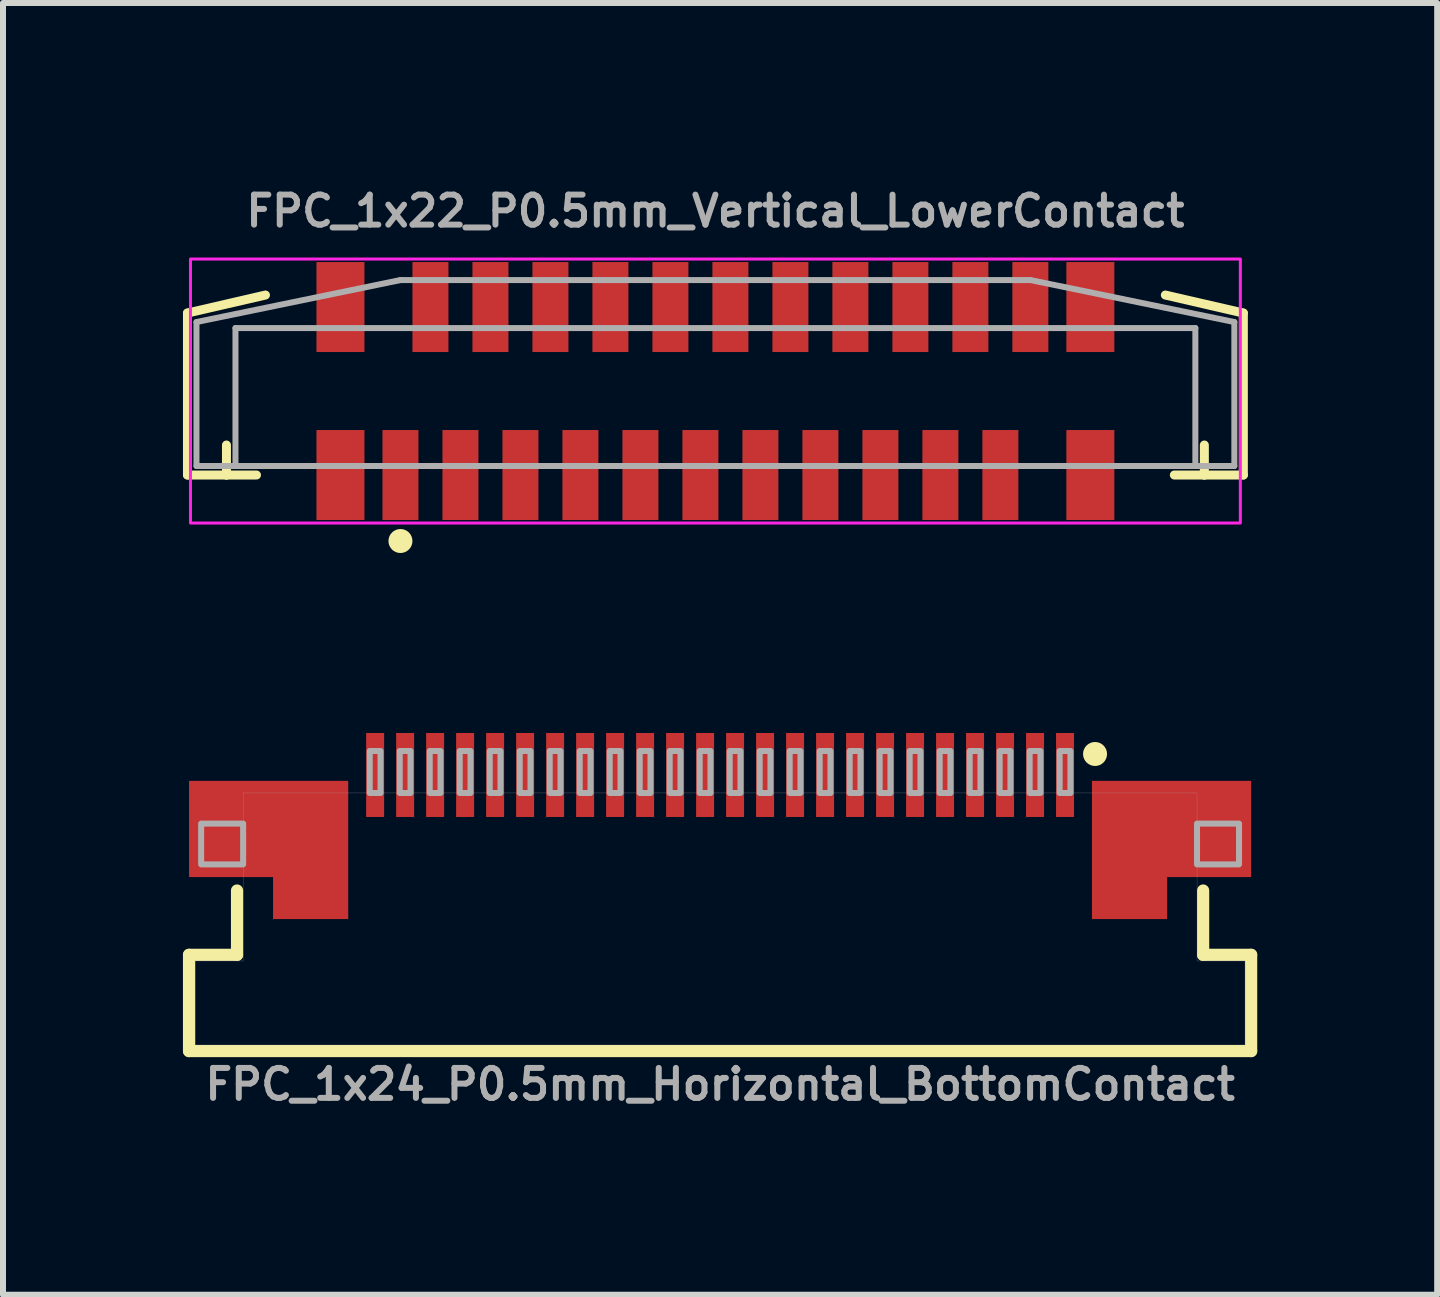
<source format=kicad_pcb>
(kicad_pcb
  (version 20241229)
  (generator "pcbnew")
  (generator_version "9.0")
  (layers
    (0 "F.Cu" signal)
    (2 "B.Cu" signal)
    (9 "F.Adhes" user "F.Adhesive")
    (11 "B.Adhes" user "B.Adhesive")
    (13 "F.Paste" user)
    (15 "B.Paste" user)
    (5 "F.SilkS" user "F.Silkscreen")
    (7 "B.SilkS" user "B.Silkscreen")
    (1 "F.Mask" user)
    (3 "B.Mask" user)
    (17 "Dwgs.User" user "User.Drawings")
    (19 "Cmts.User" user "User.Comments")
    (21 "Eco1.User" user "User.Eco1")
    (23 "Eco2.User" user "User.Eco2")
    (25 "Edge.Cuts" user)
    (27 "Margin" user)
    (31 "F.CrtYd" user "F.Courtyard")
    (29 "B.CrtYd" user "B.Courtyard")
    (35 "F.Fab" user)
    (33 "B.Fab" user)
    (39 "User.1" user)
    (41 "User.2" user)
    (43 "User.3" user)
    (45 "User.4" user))
  (footprint "FPC_1x24_P0.5mm_Horizontal_BottomContact"
    (layer "F.Cu")
    (at 8.953 12.268)
    (property "Reference" "FPC_1x24_P0.5mm_Horizontal_BottomContact" (at 0.001 2.464 0) (unlocked yes) (layer "F.Fab") (effects (font (size 0.5 0.5) (thickness 0.1)) (justify top)))
    (attr smd)
    (fp_line (start -8.852 0.598) (end -8.852 2.202) (stroke (width 0.203) (type solid)) (layer "F.SilkS"))
    (fp_line (start -8.852 2.202) (end 8.852 2.202) (stroke (width 0.203) (type solid)) (layer "F.SilkS"))
    (fp_line (start -8.052 -0.474) (end -8.052 0.598) (stroke (width 0.203) (type solid)) (layer "F.SilkS"))
    (fp_line (start -8.052 0.598) (end -8.852 0.598) (stroke (width 0.203) (type solid)) (layer "F.SilkS"))
    (fp_line (start 8.052 -0.474) (end 8.052 0.598) (stroke (width 0.203) (type solid)) (layer "F.SilkS"))
    (fp_line (start 8.052 0.598) (end 8.852 0.598) (stroke (width 0.203) (type solid)) (layer "F.SilkS"))
    (fp_line (start 8.852 0.598) (end 8.852 2.202) (stroke (width 0.203) (type solid)) (layer "F.SilkS"))
    (fp_circle (center 6.25 -2.75) (end 6.15 -2.75) (stroke (width 0.2) (type solid)) (fill yes) (layer "F.SilkS"))
    (fp_line (start -8.75 0.7) (end -8.75 2.1) (stroke (width 0.003) (type solid)) (layer "F.Fab"))
    (fp_line (start -8.75 2.1) (end 8.75 2.1) (stroke (width 0.003) (type solid)) (layer "F.Fab"))
    (fp_line (start -7.95 -2.1) (end -7.95 0.7) (stroke (width 0.003) (type solid)) (layer "F.Fab"))
    (fp_line (start -7.95 0.7) (end -8.75 0.7) (stroke (width 0.003) (type solid)) (layer "F.Fab"))
    (fp_line (start 7.95 -2.1) (end -7.95 -2.1) (stroke (width 0.003) (type solid)) (layer "F.Fab"))
    (fp_line (start 7.95 0.7) (end 7.95 -2.1) (stroke (width 0.003) (type solid)) (layer "F.Fab"))
    (fp_line (start 8.75 0.7) (end 7.95 0.7) (stroke (width 0.003) (type solid)) (layer "F.Fab"))
    (fp_line (start 8.75 2.1) (end 8.75 0.7) (stroke (width 0.003) (type solid)) (layer "F.Fab"))
    (fp_poly (pts (xy -8.65 -0.91) (xy -7.95 -0.91) (xy -7.95 -1.59) (xy -8.65 -1.59)) (stroke (width 0.1) (type default)) (fill no) (layer "F.Fab"))
    (fp_poly (pts (xy -5.84 -2.1) (xy -5.66 -2.1) (xy -5.66 -2.8) (xy -5.84 -2.8)) (stroke (width 0.1) (type default)) (fill no) (layer "F.Fab"))
    (fp_poly (pts (xy -5.34 -2.1) (xy -5.16 -2.1) (xy -5.16 -2.8) (xy -5.34 -2.8)) (stroke (width 0.1) (type default)) (fill no) (layer "F.Fab"))
    (fp_poly (pts (xy -4.84 -2.1) (xy -4.66 -2.1) (xy -4.66 -2.8) (xy -4.84 -2.8)) (stroke (width 0.1) (type default)) (fill no) (layer "F.Fab"))
    (fp_poly (pts (xy -4.34 -2.1) (xy -4.16 -2.1) (xy -4.16 -2.8) (xy -4.34 -2.8)) (stroke (width 0.1) (type default)) (fill no) (layer "F.Fab"))
    (fp_poly (pts (xy -3.84 -2.1) (xy -3.66 -2.1) (xy -3.66 -2.8) (xy -3.84 -2.8)) (stroke (width 0.1) (type default)) (fill no) (layer "F.Fab"))
    (fp_poly (pts (xy -3.34 -2.1) (xy -3.16 -2.1) (xy -3.16 -2.8) (xy -3.34 -2.8)) (stroke (width 0.1) (type default)) (fill no) (layer "F.Fab"))
    (fp_poly (pts (xy -2.84 -2.1) (xy -2.66 -2.1) (xy -2.66 -2.8) (xy -2.84 -2.8)) (stroke (width 0.1) (type default)) (fill no) (layer "F.Fab"))
    (fp_poly (pts (xy -2.34 -2.1) (xy -2.16 -2.1) (xy -2.16 -2.8) (xy -2.34 -2.8)) (stroke (width 0.1) (type default)) (fill no) (layer "F.Fab"))
    (fp_poly (pts (xy -1.84 -2.1) (xy -1.66 -2.1) (xy -1.66 -2.8) (xy -1.84 -2.8)) (stroke (width 0.1) (type default)) (fill no) (layer "F.Fab"))
    (fp_poly (pts (xy -1.34 -2.1) (xy -1.16 -2.1) (xy -1.16 -2.8) (xy -1.34 -2.8)) (stroke (width 0.1) (type default)) (fill no) (layer "F.Fab"))
    (fp_poly (pts (xy -0.84 -2.1) (xy -0.66 -2.1) (xy -0.66 -2.8) (xy -0.84 -2.8)) (stroke (width 0.1) (type default)) (fill no) (layer "F.Fab"))
    (fp_poly (pts (xy -0.34 -2.1) (xy -0.16 -2.1) (xy -0.16 -2.8) (xy -0.34 -2.8)) (stroke (width 0.1) (type default)) (fill no) (layer "F.Fab"))
    (fp_poly (pts (xy 0.16 -2.1) (xy 0.34 -2.1) (xy 0.34 -2.8) (xy 0.16 -2.8)) (stroke (width 0.1) (type default)) (fill no) (layer "F.Fab"))
    (fp_poly (pts (xy 0.66 -2.1) (xy 0.84 -2.1) (xy 0.84 -2.8) (xy 0.66 -2.8)) (stroke (width 0.1) (type default)) (fill no) (layer "F.Fab"))
    (fp_poly (pts (xy 1.16 -2.1) (xy 1.34 -2.1) (xy 1.34 -2.8) (xy 1.16 -2.8)) (stroke (width 0.1) (type default)) (fill no) (layer "F.Fab"))
    (fp_poly (pts (xy 1.66 -2.1) (xy 1.84 -2.1) (xy 1.84 -2.8) (xy 1.66 -2.8)) (stroke (width 0.1) (type default)) (fill no) (layer "F.Fab"))
    (fp_poly (pts (xy 2.16 -2.1) (xy 2.34 -2.1) (xy 2.34 -2.8) (xy 2.16 -2.8)) (stroke (width 0.1) (type default)) (fill no) (layer "F.Fab"))
    (fp_poly (pts (xy 2.66 -2.1) (xy 2.84 -2.1) (xy 2.84 -2.8) (xy 2.66 -2.8)) (stroke (width 0.1) (type default)) (fill no) (layer "F.Fab"))
    (fp_poly (pts (xy 3.16 -2.1) (xy 3.34 -2.1) (xy 3.34 -2.8) (xy 3.16 -2.8)) (stroke (width 0.1) (type default)) (fill no) (layer "F.Fab"))
    (fp_poly (pts (xy 3.66 -2.1) (xy 3.84 -2.1) (xy 3.84 -2.8) (xy 3.66 -2.8)) (stroke (width 0.1) (type default)) (fill no) (layer "F.Fab"))
    (fp_poly (pts (xy 4.16 -2.1) (xy 4.34 -2.1) (xy 4.34 -2.8) (xy 4.16 -2.8)) (stroke (width 0.1) (type default)) (fill no) (layer "F.Fab"))
    (fp_poly (pts (xy 4.66 -2.1) (xy 4.84 -2.1) (xy 4.84 -2.8) (xy 4.66 -2.8)) (stroke (width 0.1) (type default)) (fill no) (layer "F.Fab"))
    (fp_poly (pts (xy 5.16 -2.1) (xy 5.34 -2.1) (xy 5.34 -2.8) (xy 5.16 -2.8)) (stroke (width 0.1) (type default)) (fill no) (layer "F.Fab"))
    (fp_poly (pts (xy 5.66 -2.1) (xy 5.84 -2.1) (xy 5.84 -2.8) (xy 5.66 -2.8)) (stroke (width 0.1) (type default)) (fill no) (layer "F.Fab"))
    (fp_poly (pts (xy 7.95 -0.91) (xy 8.65 -0.91) (xy 8.65 -1.59) (xy 7.95 -1.59)) (stroke (width 0.1) (type default)) (fill no) (layer "F.Fab"))
    (pad "1" smd rect (at 5.75 -2.4) (size 0.3 1.4) (layers "F.Cu" "F.Mask" "F.Paste"))
    (pad "2" smd rect (at 5.25 -2.4) (size 0.3 1.4) (layers "F.Cu" "F.Mask" "F.Paste"))
    (pad "3" smd rect (at 4.75 -2.4) (size 0.3 1.4) (layers "F.Cu" "F.Mask" "F.Paste"))
    (pad "4" smd rect (at 4.25 -2.4) (size 0.3 1.4) (layers "F.Cu" "F.Mask" "F.Paste"))
    (pad "5" smd rect (at 3.75 -2.4) (size 0.3 1.4) (layers "F.Cu" "F.Mask" "F.Paste"))
    (pad "6" smd rect (at 3.25 -2.4) (size 0.3 1.4) (layers "F.Cu" "F.Mask" "F.Paste"))
    (pad "7" smd rect (at 2.75 -2.4) (size 0.3 1.4) (layers "F.Cu" "F.Mask" "F.Paste"))
    (pad "8" smd rect (at 2.25 -2.4) (size 0.3 1.4) (layers "F.Cu" "F.Mask" "F.Paste"))
    (pad "9" smd rect (at 1.75 -2.4) (size 0.3 1.4) (layers "F.Cu" "F.Mask" "F.Paste"))
    (pad "10" smd rect (at 1.25 -2.4) (size 0.3 1.4) (layers "F.Cu" "F.Mask" "F.Paste"))
    (pad "11" smd rect (at 0.75 -2.4) (size 0.3 1.4) (layers "F.Cu" "F.Mask" "F.Paste"))
    (pad "12" smd rect (at 0.25 -2.4) (size 0.3 1.4) (layers "F.Cu" "F.Mask" "F.Paste"))
    (pad "13" smd rect (at -0.25 -2.4) (size 0.3 1.4) (layers "F.Cu" "F.Mask" "F.Paste"))
    (pad "14" smd rect (at -0.75 -2.4) (size 0.3 1.4) (layers "F.Cu" "F.Mask" "F.Paste"))
    (pad "15" smd rect (at -1.25 -2.4) (size 0.3 1.4) (layers "F.Cu" "F.Mask" "F.Paste"))
    (pad "16" smd rect (at -1.75 -2.4) (size 0.3 1.4) (layers "F.Cu" "F.Mask" "F.Paste"))
    (pad "17" smd rect (at -2.25 -2.4) (size 0.3 1.4) (layers "F.Cu" "F.Mask" "F.Paste"))
    (pad "18" smd rect (at -2.75 -2.4) (size 0.3 1.4) (layers "F.Cu" "F.Mask" "F.Paste"))
    (pad "19" smd rect (at -3.25 -2.4) (size 0.3 1.4) (layers "F.Cu" "F.Mask" "F.Paste"))
    (pad "20" smd rect (at -3.75 -2.4) (size 0.3 1.4) (layers "F.Cu" "F.Mask" "F.Paste"))
    (pad "21" smd rect (at -4.25 -2.4) (size 0.3 1.4) (layers "F.Cu" "F.Mask" "F.Paste"))
    (pad "22" smd rect (at -4.75 -2.4) (size 0.3 1.4) (layers "F.Cu" "F.Mask" "F.Paste"))
    (pad "23" smd rect (at -5.25 -2.4) (size 0.3 1.4) (layers "F.Cu" "F.Mask" "F.Paste"))
    (pad "24" smd rect (at -5.75 -2.4) (size 0.3 1.4) (layers "F.Cu" "F.Mask" "F.Paste"))
    (pad "MNT1" smd custom (at -6.825 -1.15) (size 1.25 2.3) (layers "F.Cu" "F.Mask" "F.Paste") (options (anchor rect)) (primitives (gr_poly (pts (xy 0.625 -1.15) (xy -2.025 -1.15) (xy -2.025 0.45) (xy -0.625 0.45) (xy -0.625 1.15) (xy 0.625 1.15)) (width 0.003) (fill yes))))
    (pad "MNT2" smd custom (at 6.825 -1.15) (size 1.25 2.3) (layers "F.Cu" "F.Mask" "F.Paste") (options (anchor rect)) (primitives (gr_poly (pts (xy 0.625 1.15) (xy 0.625 0.45) (xy 2.025 0.45) (xy 2.025 -1.15) (xy -0.625 -1.15) (xy -0.625 1.15)) (width 0.003) (fill yes)))))
  (footprint "FPC_1x22_P0.5mm_Vertical_LowerContact"
    (layer "F.Cu")
    (at 8.875 3.468)
    (property "Reference" "FPC_1x22_P0.5mm_Vertical_LowerContact" (at 0 -3 0) (unlocked yes) (layer "F.Fab") (effects (font (size 0.5 0.5) (thickness 0.1))))
    (attr smd)
    (fp_line (start -8.8 -1.3) (end -7.5 -1.6) (stroke (width 0.15) (type default)) (layer "F.SilkS"))
    (fp_line (start -8.8 1.4) (end -8.8 -1.3) (stroke (width 0.15) (type default)) (layer "F.SilkS"))
    (fp_line (start -8.15 0.9) (end -8.15 1.4) (stroke (width 0.15) (type default)) (layer "F.SilkS"))
    (fp_line (start -8.15 1.4) (end -8.8 1.4) (stroke (width 0.15) (type default)) (layer "F.SilkS"))
    (fp_line (start -8.15 1.4) (end -7.65 1.4) (stroke (width 0.15) (type default)) (layer "F.SilkS"))
    (fp_line (start 7.65 1.4) (end 8.15 1.4) (stroke (width 0.15) (type default)) (layer "F.SilkS"))
    (fp_line (start 8.15 1.4) (end 8.15 0.9) (stroke (width 0.15) (type default)) (layer "F.SilkS"))
    (fp_line (start 8.15 1.4) (end 8.8 1.4) (stroke (width 0.15) (type default)) (layer "F.SilkS"))
    (fp_line (start 8.8 -1.3) (end 7.5 -1.6) (stroke (width 0.15) (type default)) (layer "F.SilkS"))
    (fp_line (start 8.8 1.4) (end 8.8 -1.3) (stroke (width 0.15) (type default)) (layer "F.SilkS"))
    (fp_circle (center -5.25 2.5) (end -5.15 2.5) (stroke (width 0.2) (type solid)) (fill yes) (layer "F.SilkS"))
    (fp_rect (start -8.75 -2.2) (end 8.75 2.2) (stroke (width 0.05) (type default)) (fill no) (layer "F.CrtYd"))
    (fp_line (start -8.65 1.25) (end -8.65 -1.15) (stroke (width 0.1) (type default)) (layer "F.Fab"))
    (fp_line (start -8 -1.05) (end -8 1.25) (stroke (width 0.1) (type default)) (layer "F.Fab"))
    (fp_line (start -8 1.25) (end -8.65 1.25) (stroke (width 0.1) (type default)) (layer "F.Fab"))
    (fp_line (start -8 1.25) (end 8 1.25) (stroke (width 0.1) (type default)) (layer "F.Fab"))
    (fp_line (start -5.25 -1.85) (end -8.65 -1.15) (stroke (width 0.1) (type default)) (layer "F.Fab"))
    (fp_line (start 5.25 -1.85) (end -5.25 -1.85) (stroke (width 0.1) (type default)) (layer "F.Fab"))
    (fp_line (start 5.25 -1.85) (end 8.65 -1.15) (stroke (width 0.1) (type default)) (layer "F.Fab"))
    (fp_line (start 8 -1.05) (end -8 -1.05) (stroke (width 0.1) (type default)) (layer "F.Fab"))
    (fp_line (start 8 1.25) (end 8 -1.05) (stroke (width 0.1) (type default)) (layer "F.Fab"))
    (fp_line (start 8 1.25) (end 8.65 1.25) (stroke (width 0.1) (type default)) (layer "F.Fab"))
    (fp_line (start 8.65 1.25) (end 8.65 -1.15) (stroke (width 0.1) (type default)) (layer "F.Fab"))
    (pad "1" smd rect (at -5.25 1.4) (size 0.6 1.5) (layers "F.Cu" "F.Mask" "F.Paste"))
    (pad "2" smd rect (at -4.75 -1.4) (size 0.6 1.5) (layers "F.Cu" "F.Mask" "F.Paste"))
    (pad "3" smd rect (at -4.25 1.4) (size 0.6 1.5) (layers "F.Cu" "F.Mask" "F.Paste"))
    (pad "4" smd rect (at -3.75 -1.4) (size 0.6 1.5) (layers "F.Cu" "F.Mask" "F.Paste"))
    (pad "5" smd rect (at -3.25 1.4) (size 0.6 1.5) (layers "F.Cu" "F.Mask" "F.Paste"))
    (pad "6" smd rect (at -2.75 -1.4) (size 0.6 1.5) (layers "F.Cu" "F.Mask" "F.Paste"))
    (pad "7" smd rect (at -2.25 1.4) (size 0.6 1.5) (layers "F.Cu" "F.Mask" "F.Paste"))
    (pad "8" smd rect (at -1.75 -1.4) (size 0.6 1.5) (layers "F.Cu" "F.Mask" "F.Paste"))
    (pad "9" smd rect (at -1.25 1.4) (size 0.6 1.5) (layers "F.Cu" "F.Mask" "F.Paste"))
    (pad "10" smd rect (at -0.75 -1.4) (size 0.6 1.5) (layers "F.Cu" "F.Mask" "F.Paste"))
    (pad "11" smd rect (at -0.25 1.4) (size 0.6 1.5) (layers "F.Cu" "F.Mask" "F.Paste"))
    (pad "12" smd rect (at 0.25 -1.4) (size 0.6 1.5) (layers "F.Cu" "F.Mask" "F.Paste"))
    (pad "13" smd rect (at 0.75 1.4) (size 0.6 1.5) (layers "F.Cu" "F.Mask" "F.Paste"))
    (pad "14" smd rect (at 1.25 -1.4) (size 0.6 1.5) (layers "F.Cu" "F.Mask" "F.Paste"))
    (pad "15" smd rect (at 1.75 1.4) (size 0.6 1.5) (layers "F.Cu" "F.Mask" "F.Paste"))
    (pad "16" smd rect (at 2.25 -1.4) (size 0.6 1.5) (layers "F.Cu" "F.Mask" "F.Paste"))
    (pad "17" smd rect (at 2.75 1.4) (size 0.6 1.5) (layers "F.Cu" "F.Mask" "F.Paste"))
    (pad "18" smd rect (at 3.25 -1.4) (size 0.6 1.5) (layers "F.Cu" "F.Mask" "F.Paste"))
    (pad "19" smd rect (at 3.75 1.4) (size 0.6 1.5) (layers "F.Cu" "F.Mask" "F.Paste"))
    (pad "20" smd rect (at 4.25 -1.4) (size 0.6 1.5) (layers "F.Cu" "F.Mask" "F.Paste"))
    (pad "21" smd rect (at 4.75 1.4) (size 0.6 1.5) (layers "F.Cu" "F.Mask" "F.Paste"))
    (pad "22" smd rect (at 5.25 -1.4) (size 0.6 1.5) (layers "F.Cu" "F.Mask" "F.Paste"))
    (pad "NC" smd rect (at -6.25 -1.4) (size 0.8 1.5) (layers "F.Cu" "F.Mask" "F.Paste"))
    (pad "NC" smd rect (at -6.25 1.4) (size 0.8 1.5) (layers "F.Cu" "F.Mask" "F.Paste"))
    (pad "NC" smd rect (at 6.25 -1.4) (size 0.8 1.5) (layers "F.Cu" "F.Mask" "F.Paste"))
    (pad "NC" smd rect (at 6.25 1.4) (size 0.8 1.5) (layers "F.Cu" "F.Mask" "F.Paste")))
  (gr_rect
    (start -3 -3)
    (end 20.906 18.532)
    (stroke (width 0.1) (type default))
    (fill no)
    (layer "Edge.Cuts")))
</source>
